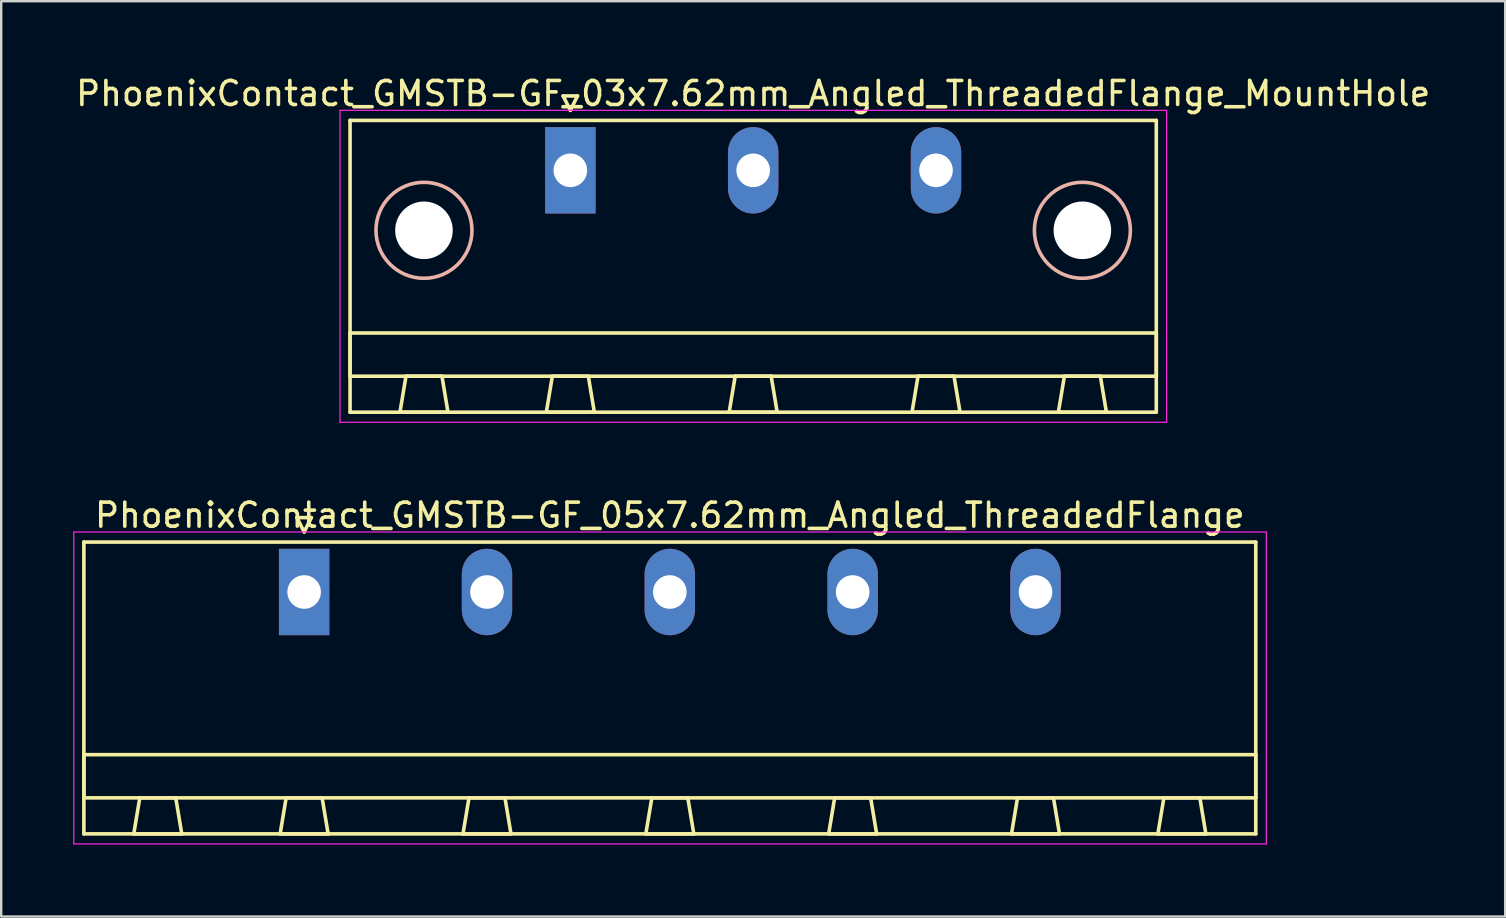
<source format=kicad_pcb>
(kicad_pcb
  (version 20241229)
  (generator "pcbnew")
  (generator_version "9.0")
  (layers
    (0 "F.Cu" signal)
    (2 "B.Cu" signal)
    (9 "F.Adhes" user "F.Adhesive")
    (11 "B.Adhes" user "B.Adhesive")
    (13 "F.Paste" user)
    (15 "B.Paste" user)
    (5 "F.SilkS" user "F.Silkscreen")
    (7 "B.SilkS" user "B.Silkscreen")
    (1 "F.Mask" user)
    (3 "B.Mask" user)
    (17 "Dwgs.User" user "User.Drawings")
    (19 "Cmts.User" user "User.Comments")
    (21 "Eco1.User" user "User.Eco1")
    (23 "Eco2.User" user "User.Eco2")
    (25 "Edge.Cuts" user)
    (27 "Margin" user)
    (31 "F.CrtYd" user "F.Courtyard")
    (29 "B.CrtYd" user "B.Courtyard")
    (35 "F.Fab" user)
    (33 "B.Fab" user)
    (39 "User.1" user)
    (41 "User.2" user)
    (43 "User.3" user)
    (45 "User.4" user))
  (footprint "PhoenixContact_GMSTB-GF_05x7.62mm_Angled_ThreadedFlange"
    (layer "F.Cu")
    (at 9.625 21.622)
    (property "Reference" "PhoenixContact_GMSTB-GF_05x7.62mm_Angled_ThreadedFlange" (at 15.24 -3.2 0) (layer "F.SilkS") (effects (font (size 1 1) (thickness 0.15))))
    (attr through_hole)
    (fp_line (start -9.18 -2.08) (end -9.18 10.08) (stroke (width 0.15) (type solid)) (layer "F.SilkS"))
    (fp_line (start -9.18 6.78) (end 39.66 6.78) (stroke (width 0.15) (type solid)) (layer "F.SilkS"))
    (fp_line (start -9.18 8.58) (end -9.18 6.78) (stroke (width 0.15) (type solid)) (layer "F.SilkS"))
    (fp_line (start -9.18 10.08) (end 39.66 10.08) (stroke (width 0.15) (type solid)) (layer "F.SilkS"))
    (fp_line (start -7.1 10.08) (end -5.1 10.08) (stroke (width 0.15) (type solid)) (layer "F.SilkS"))
    (fp_line (start -6.85 8.58) (end -7.1 10.08) (stroke (width 0.15) (type solid)) (layer "F.SilkS"))
    (fp_line (start -5.35 8.58) (end -6.85 8.58) (stroke (width 0.15) (type solid)) (layer "F.SilkS"))
    (fp_line (start -5.1 10.08) (end -5.35 8.58) (stroke (width 0.15) (type solid)) (layer "F.SilkS"))
    (fp_line (start -1 10.08) (end 1 10.08) (stroke (width 0.15) (type solid)) (layer "F.SilkS"))
    (fp_line (start -0.75 8.58) (end -1 10.08) (stroke (width 0.15) (type solid)) (layer "F.SilkS"))
    (fp_line (start -0.3 -3.1) (end 0 -2.5) (stroke (width 0.15) (type solid)) (layer "F.SilkS"))
    (fp_line (start 0 -2.5) (end 0.3 -3.1) (stroke (width 0.15) (type solid)) (layer "F.SilkS"))
    (fp_line (start 0.3 -3.1) (end -0.3 -3.1) (stroke (width 0.15) (type solid)) (layer "F.SilkS"))
    (fp_line (start 0.75 8.58) (end -0.75 8.58) (stroke (width 0.15) (type solid)) (layer "F.SilkS"))
    (fp_line (start 1 10.08) (end 0.75 8.58) (stroke (width 0.15) (type solid)) (layer "F.SilkS"))
    (fp_line (start 6.62 10.08) (end 8.62 10.08) (stroke (width 0.15) (type solid)) (layer "F.SilkS"))
    (fp_line (start 6.87 8.58) (end 6.62 10.08) (stroke (width 0.15) (type solid)) (layer "F.SilkS"))
    (fp_line (start 8.37 8.58) (end 6.87 8.58) (stroke (width 0.15) (type solid)) (layer "F.SilkS"))
    (fp_line (start 8.62 10.08) (end 8.37 8.58) (stroke (width 0.15) (type solid)) (layer "F.SilkS"))
    (fp_line (start 14.24 10.08) (end 16.24 10.08) (stroke (width 0.15) (type solid)) (layer "F.SilkS"))
    (fp_line (start 14.49 8.58) (end 14.24 10.08) (stroke (width 0.15) (type solid)) (layer "F.SilkS"))
    (fp_line (start 15.99 8.58) (end 14.49 8.58) (stroke (width 0.15) (type solid)) (layer "F.SilkS"))
    (fp_line (start 16.24 10.08) (end 15.99 8.58) (stroke (width 0.15) (type solid)) (layer "F.SilkS"))
    (fp_line (start 21.86 10.08) (end 23.86 10.08) (stroke (width 0.15) (type solid)) (layer "F.SilkS"))
    (fp_line (start 22.11 8.58) (end 21.86 10.08) (stroke (width 0.15) (type solid)) (layer "F.SilkS"))
    (fp_line (start 23.61 8.58) (end 22.11 8.58) (stroke (width 0.15) (type solid)) (layer "F.SilkS"))
    (fp_line (start 23.86 10.08) (end 23.61 8.58) (stroke (width 0.15) (type solid)) (layer "F.SilkS"))
    (fp_line (start 29.48 10.08) (end 31.48 10.08) (stroke (width 0.15) (type solid)) (layer "F.SilkS"))
    (fp_line (start 29.73 8.58) (end 29.48 10.08) (stroke (width 0.15) (type solid)) (layer "F.SilkS"))
    (fp_line (start 31.23 8.58) (end 29.73 8.58) (stroke (width 0.15) (type solid)) (layer "F.SilkS"))
    (fp_line (start 31.48 10.08) (end 31.23 8.58) (stroke (width 0.15) (type solid)) (layer "F.SilkS"))
    (fp_line (start 35.58 10.08) (end 37.58 10.08) (stroke (width 0.15) (type solid)) (layer "F.SilkS"))
    (fp_line (start 35.83 8.58) (end 35.58 10.08) (stroke (width 0.15) (type solid)) (layer "F.SilkS"))
    (fp_line (start 37.33 8.58) (end 35.83 8.58) (stroke (width 0.15) (type solid)) (layer "F.SilkS"))
    (fp_line (start 37.58 10.08) (end 37.33 8.58) (stroke (width 0.15) (type solid)) (layer "F.SilkS"))
    (fp_line (start 39.66 -2.08) (end -9.18 -2.08) (stroke (width 0.15) (type solid)) (layer "F.SilkS"))
    (fp_line (start 39.66 6.78) (end 39.66 8.58) (stroke (width 0.15) (type solid)) (layer "F.SilkS"))
    (fp_line (start 39.66 8.58) (end -9.18 8.58) (stroke (width 0.15) (type solid)) (layer "F.SilkS"))
    (fp_line (start 39.66 10.08) (end 39.66 -2.08) (stroke (width 0.15) (type solid)) (layer "F.SilkS"))
    (fp_line (start -9.6 -2.5) (end -9.6 10.5) (stroke (width 0.05) (type solid)) (layer "F.CrtYd"))
    (fp_line (start -9.6 10.5) (end 40.1 10.5) (stroke (width 0.05) (type solid)) (layer "F.CrtYd"))
    (fp_line (start 40.1 -2.5) (end -9.6 -2.5) (stroke (width 0.05) (type solid)) (layer "F.CrtYd"))
    (fp_line (start 40.1 10.5) (end 40.1 -2.5) (stroke (width 0.05) (type solid)) (layer "F.CrtYd"))
    (pad "1" thru_hole rect (at 0 0) (size 2.1 3.6) (drill 1.4) (layers "*.Cu" "*.Mask"))
    (pad "2" thru_hole oval (at 7.62 0) (size 2.1 3.6) (drill 1.4) (layers "*.Cu" "*.Mask"))
    (pad "3" thru_hole oval (at 15.24 0) (size 2.1 3.6) (drill 1.4) (layers "*.Cu" "*.Mask"))
    (pad "4" thru_hole oval (at 22.86 0) (size 2.1 3.6) (drill 1.4) (layers "*.Cu" "*.Mask"))
    (pad "5" thru_hole oval (at 30.48 0) (size 2.1 3.6) (drill 1.4) (layers "*.Cu" "*.Mask")))
  (footprint "PhoenixContact_GMSTB-GF_03x7.62mm_Angled_ThreadedFlange_MountHole"
    (layer "F.Cu")
    (at 20.719 4.048)
    (property "Reference" "PhoenixContact_GMSTB-GF_03x7.62mm_Angled_ThreadedFlange_MountHole" (at 7.62 -3.2 0) (layer "F.SilkS") (effects (font (size 1 1) (thickness 0.15))))
    (attr through_hole)
    (fp_line (start -9.18 -2.08) (end -9.18 10.08) (stroke (width 0.15) (type solid)) (layer "F.SilkS"))
    (fp_line (start -9.18 6.78) (end 24.42 6.78) (stroke (width 0.15) (type solid)) (layer "F.SilkS"))
    (fp_line (start -9.18 8.58) (end -9.18 6.78) (stroke (width 0.15) (type solid)) (layer "F.SilkS"))
    (fp_line (start -9.18 10.08) (end 24.42 10.08) (stroke (width 0.15) (type solid)) (layer "F.SilkS"))
    (fp_line (start -7.1 10.08) (end -5.1 10.08) (stroke (width 0.15) (type solid)) (layer "F.SilkS"))
    (fp_line (start -6.85 8.58) (end -7.1 10.08) (stroke (width 0.15) (type solid)) (layer "F.SilkS"))
    (fp_line (start -5.35 8.58) (end -6.85 8.58) (stroke (width 0.15) (type solid)) (layer "F.SilkS"))
    (fp_line (start -5.1 10.08) (end -5.35 8.58) (stroke (width 0.15) (type solid)) (layer "F.SilkS"))
    (fp_line (start -1 10.08) (end 1 10.08) (stroke (width 0.15) (type solid)) (layer "F.SilkS"))
    (fp_line (start -0.75 8.58) (end -1 10.08) (stroke (width 0.15) (type solid)) (layer "F.SilkS"))
    (fp_line (start -0.3 -3.1) (end 0 -2.5) (stroke (width 0.15) (type solid)) (layer "F.SilkS"))
    (fp_line (start 0 -2.5) (end 0.3 -3.1) (stroke (width 0.15) (type solid)) (layer "F.SilkS"))
    (fp_line (start 0.3 -3.1) (end -0.3 -3.1) (stroke (width 0.15) (type solid)) (layer "F.SilkS"))
    (fp_line (start 0.75 8.58) (end -0.75 8.58) (stroke (width 0.15) (type solid)) (layer "F.SilkS"))
    (fp_line (start 1 10.08) (end 0.75 8.58) (stroke (width 0.15) (type solid)) (layer "F.SilkS"))
    (fp_line (start 6.62 10.08) (end 8.62 10.08) (stroke (width 0.15) (type solid)) (layer "F.SilkS"))
    (fp_line (start 6.87 8.58) (end 6.62 10.08) (stroke (width 0.15) (type solid)) (layer "F.SilkS"))
    (fp_line (start 8.37 8.58) (end 6.87 8.58) (stroke (width 0.15) (type solid)) (layer "F.SilkS"))
    (fp_line (start 8.62 10.08) (end 8.37 8.58) (stroke (width 0.15) (type solid)) (layer "F.SilkS"))
    (fp_line (start 14.24 10.08) (end 16.24 10.08) (stroke (width 0.15) (type solid)) (layer "F.SilkS"))
    (fp_line (start 14.49 8.58) (end 14.24 10.08) (stroke (width 0.15) (type solid)) (layer "F.SilkS"))
    (fp_line (start 15.99 8.58) (end 14.49 8.58) (stroke (width 0.15) (type solid)) (layer "F.SilkS"))
    (fp_line (start 16.24 10.08) (end 15.99 8.58) (stroke (width 0.15) (type solid)) (layer "F.SilkS"))
    (fp_line (start 20.34 10.08) (end 22.34 10.08) (stroke (width 0.15) (type solid)) (layer "F.SilkS"))
    (fp_line (start 20.59 8.58) (end 20.34 10.08) (stroke (width 0.15) (type solid)) (layer "F.SilkS"))
    (fp_line (start 22.09 8.58) (end 20.59 8.58) (stroke (width 0.15) (type solid)) (layer "F.SilkS"))
    (fp_line (start 22.34 10.08) (end 22.09 8.58) (stroke (width 0.15) (type solid)) (layer "F.SilkS"))
    (fp_line (start 24.42 -2.08) (end -9.18 -2.08) (stroke (width 0.15) (type solid)) (layer "F.SilkS"))
    (fp_line (start 24.42 6.78) (end 24.42 8.58) (stroke (width 0.15) (type solid)) (layer "F.SilkS"))
    (fp_line (start 24.42 8.58) (end -9.18 8.58) (stroke (width 0.15) (type solid)) (layer "F.SilkS"))
    (fp_line (start 24.42 10.08) (end 24.42 -2.08) (stroke (width 0.15) (type solid)) (layer "F.SilkS"))
    (fp_circle (center -6.1 2.5) (end -4.1 2.5) (stroke (width 0.15) (type solid)) (fill no) (layer "B.SilkS"))
    (fp_circle (center 21.34 2.5) (end 23.34 2.5) (stroke (width 0.15) (type solid)) (fill no) (layer "B.SilkS"))
    (fp_line (start -9.6 -2.5) (end -9.6 10.5) (stroke (width 0.05) (type solid)) (layer "F.CrtYd"))
    (fp_line (start -9.6 10.5) (end 24.85 10.5) (stroke (width 0.05) (type solid)) (layer "F.CrtYd"))
    (fp_line (start 24.85 -2.5) (end -9.6 -2.5) (stroke (width 0.05) (type solid)) (layer "F.CrtYd"))
    (fp_line (start 24.85 10.5) (end 24.85 -2.5) (stroke (width 0.05) (type solid)) (layer "F.CrtYd"))
    (pad "" np_thru_hole circle (at -6.1 2.5) (size 2.4 2.4) (drill 2.4) (layers "*.Cu" "*.Mask"))
    (pad "" np_thru_hole circle (at 21.34 2.5) (size 2.4 2.4) (drill 2.4) (layers "*.Cu" "*.Mask"))
    (pad "1" thru_hole rect (at 0 0) (size 2.1 3.6) (drill 1.4) (layers "*.Cu" "*.Mask"))
    (pad "2" thru_hole oval (at 7.62 0) (size 2.1 3.6) (drill 1.4) (layers "*.Cu" "*.Mask"))
    (pad "3" thru_hole oval (at 15.24 0) (size 2.1 3.6) (drill 1.4) (layers "*.Cu" "*.Mask")))
  (gr_rect
    (start -3 -3)
    (end 59.679 35.147)
    (stroke (width 0.1) (type default))
    (fill no)
    (layer "Edge.Cuts")))
</source>
